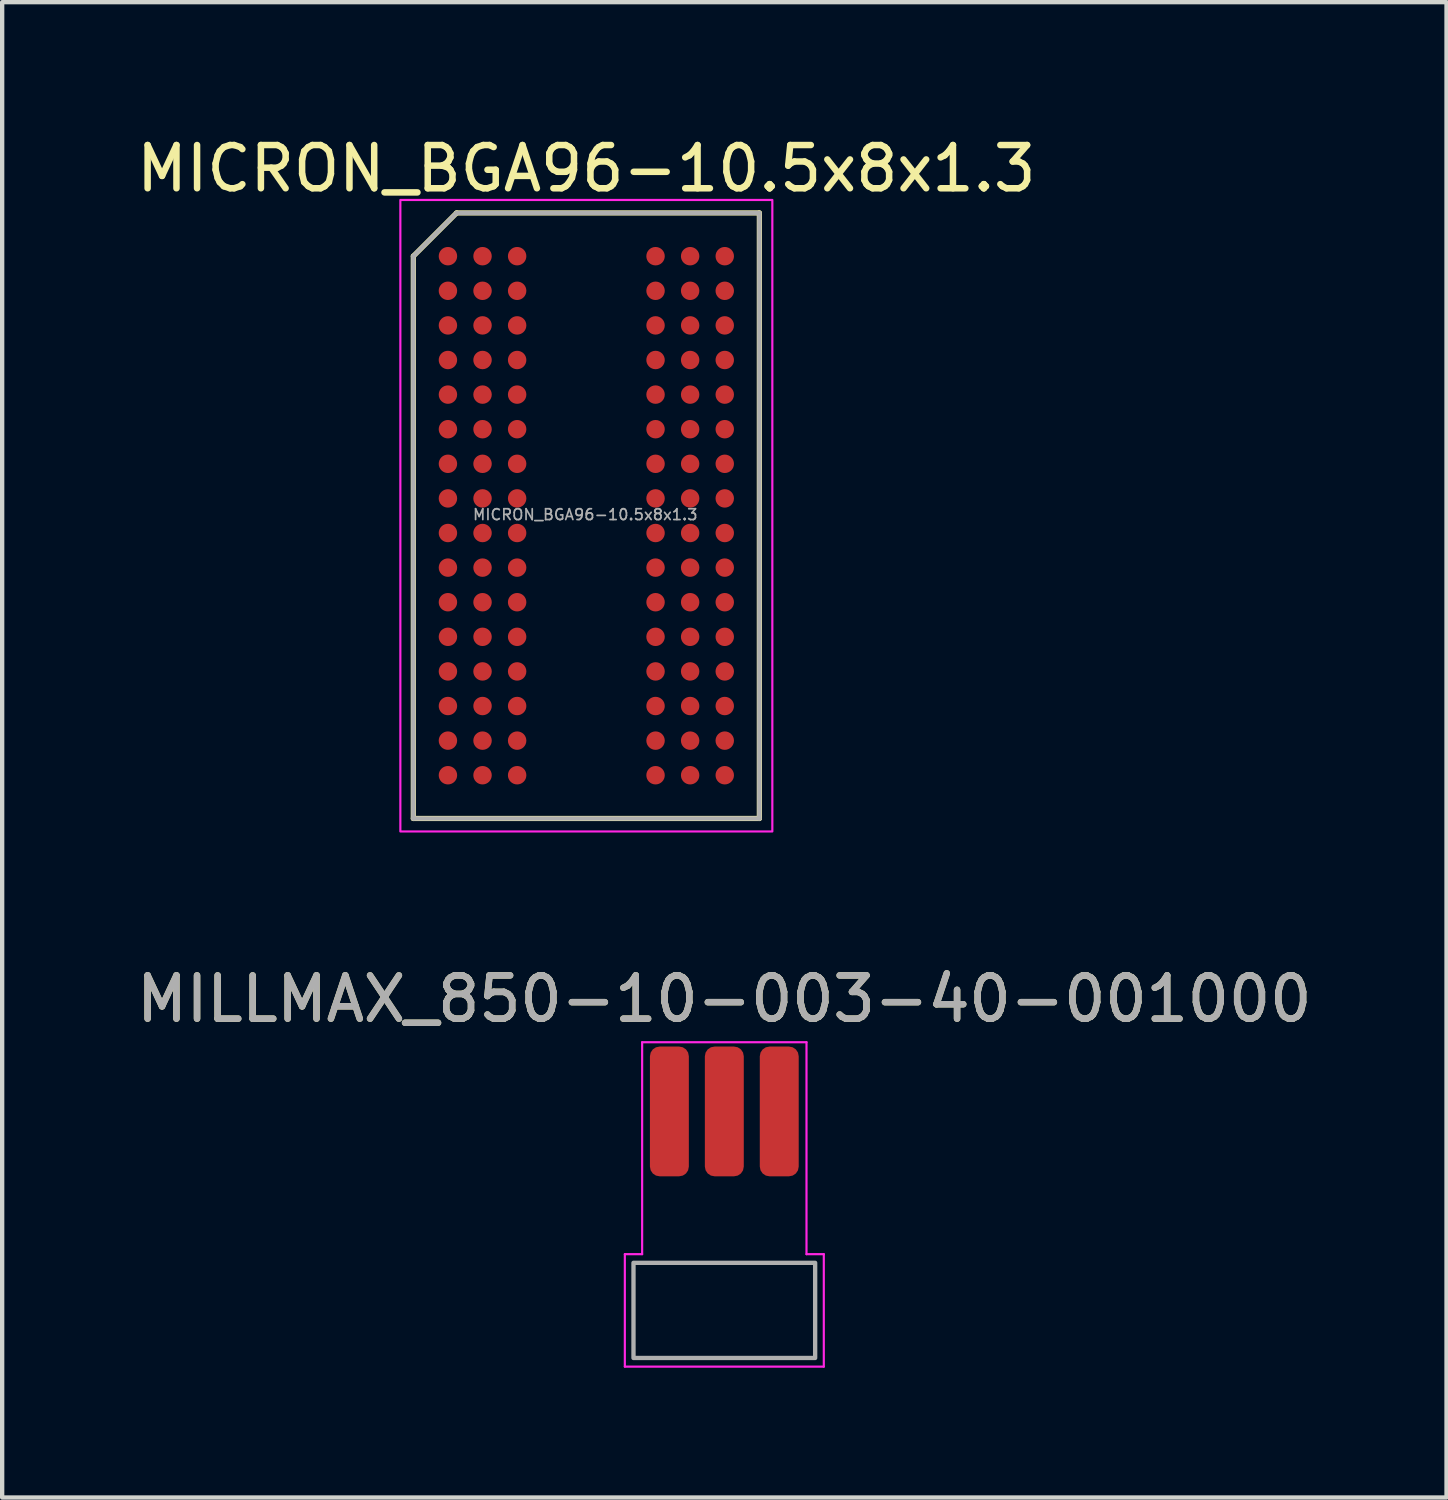
<source format=kicad_pcb>
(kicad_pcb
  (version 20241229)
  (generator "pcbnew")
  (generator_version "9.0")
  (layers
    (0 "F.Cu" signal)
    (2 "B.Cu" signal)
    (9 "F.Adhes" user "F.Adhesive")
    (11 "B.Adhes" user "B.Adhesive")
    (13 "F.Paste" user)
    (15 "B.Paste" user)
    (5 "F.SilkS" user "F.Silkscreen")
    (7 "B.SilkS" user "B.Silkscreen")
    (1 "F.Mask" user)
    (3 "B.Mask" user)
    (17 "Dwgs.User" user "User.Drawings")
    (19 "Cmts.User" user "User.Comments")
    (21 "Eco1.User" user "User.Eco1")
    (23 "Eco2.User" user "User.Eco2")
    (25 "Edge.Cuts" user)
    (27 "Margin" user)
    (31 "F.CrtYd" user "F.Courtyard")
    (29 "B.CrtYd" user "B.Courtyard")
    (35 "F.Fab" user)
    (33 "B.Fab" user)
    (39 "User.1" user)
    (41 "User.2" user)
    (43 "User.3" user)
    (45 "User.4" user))
  (footprint "MICRON_BGA96-10.5x8x1.3"
    (layer "F.Cu")
    (at 10.506 8.873)
    (property "Reference" "MICRON_BGA96-10.5x8x1.3" (at 0 -8.025 0) (layer "F.SilkS") (effects (font (size 1 1) (thickness 0.15))))
    (attr smd)
    (fp_line (start -4 -6) (end -3 -7) (stroke (width 0.12) (type solid)) (layer "F.SilkS"))
    (fp_line (start -4 7) (end -4 -6) (stroke (width 0.12) (type solid)) (layer "F.SilkS"))
    (fp_line (start -3 -7) (end 4 -7) (stroke (width 0.12) (type solid)) (layer "F.SilkS"))
    (fp_line (start 4 -7) (end 4 7) (stroke (width 0.12) (type solid)) (layer "F.SilkS"))
    (fp_line (start 4 7) (end -4 7) (stroke (width 0.12) (type solid)) (layer "F.SilkS"))
    (fp_rect (start -4.3 -7.3) (end 4.3 7.3) (stroke (width 0.05) (type solid)) (fill no) (layer "F.CrtYd"))
    (fp_line (start -4 -6) (end -3 -7) (stroke (width 0.1) (type solid)) (layer "F.Fab"))
    (fp_line (start -4 7) (end -4 -6) (stroke (width 0.1) (type solid)) (layer "F.Fab"))
    (fp_line (start -3 -7) (end 4 -7) (stroke (width 0.1) (type solid)) (layer "F.Fab"))
    (fp_line (start 4 -7) (end 4 7) (stroke (width 0.1) (type solid)) (layer "F.Fab"))
    (fp_line (start 4 7) (end -4 7) (stroke (width 0.1) (type solid)) (layer "F.Fab"))
    (fp_text user "${REFERENCE}" (at -0.025 -0.025 0) (layer "F.Fab") (effects (font (size 0.25 0.25) (thickness 0.04))))
    (pad "A1" smd circle (at -3.2 -6 90) (size 0.426 0.426) (layers "F.Cu" "F.Mask" "F.Paste"))
    (pad "A2" smd circle (at -2.4 -6 90) (size 0.426 0.426) (layers "F.Cu" "F.Mask" "F.Paste"))
    (pad "A3" smd circle (at -1.6 -6 90) (size 0.426 0.426) (layers "F.Cu" "F.Mask" "F.Paste"))
    (pad "A7" smd circle (at 1.6 -6 90) (size 0.426 0.426) (layers "F.Cu" "F.Mask" "F.Paste"))
    (pad "A8" smd circle (at 2.4 -6 90) (size 0.426 0.426) (layers "F.Cu" "F.Mask" "F.Paste"))
    (pad "A9" smd circle (at 3.2 -6 90) (size 0.426 0.426) (layers "F.Cu" "F.Mask" "F.Paste"))
    (pad "B1" smd circle (at -3.2 -5.2 90) (size 0.426 0.426) (layers "F.Cu" "F.Mask" "F.Paste"))
    (pad "B2" smd circle (at -2.4 -5.2 90) (size 0.426 0.426) (layers "F.Cu" "F.Mask" "F.Paste"))
    (pad "B3" smd circle (at -1.6 -5.2 90) (size 0.426 0.426) (layers "F.Cu" "F.Mask" "F.Paste"))
    (pad "B7" smd circle (at 1.6 -5.2 90) (size 0.426 0.426) (layers "F.Cu" "F.Mask" "F.Paste"))
    (pad "B8" smd circle (at 2.4 -5.2 90) (size 0.426 0.426) (layers "F.Cu" "F.Mask" "F.Paste"))
    (pad "B9" smd circle (at 3.2 -5.2 90) (size 0.426 0.426) (layers "F.Cu" "F.Mask" "F.Paste"))
    (pad "C1" smd circle (at -3.2 -4.4 90) (size 0.426 0.426) (layers "F.Cu" "F.Mask" "F.Paste"))
    (pad "C2" smd circle (at -2.4 -4.4 90) (size 0.426 0.426) (layers "F.Cu" "F.Mask" "F.Paste"))
    (pad "C3" smd circle (at -1.6 -4.4 90) (size 0.426 0.426) (layers "F.Cu" "F.Mask" "F.Paste"))
    (pad "C7" smd circle (at 1.6 -4.4 90) (size 0.426 0.426) (layers "F.Cu" "F.Mask" "F.Paste"))
    (pad "C8" smd circle (at 2.4 -4.4 90) (size 0.426 0.426) (layers "F.Cu" "F.Mask" "F.Paste"))
    (pad "C9" smd circle (at 3.2 -4.4 90) (size 0.426 0.426) (layers "F.Cu" "F.Mask" "F.Paste"))
    (pad "D1" smd circle (at -3.2 -3.6 90) (size 0.426 0.426) (layers "F.Cu" "F.Mask" "F.Paste"))
    (pad "D2" smd circle (at -2.4 -3.6 90) (size 0.426 0.426) (layers "F.Cu" "F.Mask" "F.Paste"))
    (pad "D3" smd circle (at -1.6 -3.6 90) (size 0.426 0.426) (layers "F.Cu" "F.Mask" "F.Paste"))
    (pad "D7" smd circle (at 1.6 -3.6 90) (size 0.426 0.426) (layers "F.Cu" "F.Mask" "F.Paste"))
    (pad "D8" smd circle (at 2.4 -3.6 90) (size 0.426 0.426) (layers "F.Cu" "F.Mask" "F.Paste"))
    (pad "D9" smd circle (at 3.2 -3.6 90) (size 0.426 0.426) (layers "F.Cu" "F.Mask" "F.Paste"))
    (pad "E1" smd circle (at -3.2 -2.8 90) (size 0.426 0.426) (layers "F.Cu" "F.Mask" "F.Paste"))
    (pad "E2" smd circle (at -2.4 -2.8 90) (size 0.426 0.426) (layers "F.Cu" "F.Mask" "F.Paste"))
    (pad "E3" smd circle (at -1.6 -2.8 90) (size 0.426 0.426) (layers "F.Cu" "F.Mask" "F.Paste"))
    (pad "E7" smd circle (at 1.6 -2.8 90) (size 0.426 0.426) (layers "F.Cu" "F.Mask" "F.Paste"))
    (pad "E8" smd circle (at 2.4 -2.8 90) (size 0.426 0.426) (layers "F.Cu" "F.Mask" "F.Paste"))
    (pad "E9" smd circle (at 3.2 -2.8 90) (size 0.426 0.426) (layers "F.Cu" "F.Mask" "F.Paste"))
    (pad "F1" smd circle (at -3.2 -2 90) (size 0.426 0.426) (layers "F.Cu" "F.Mask" "F.Paste"))
    (pad "F2" smd circle (at -2.4 -2 90) (size 0.426 0.426) (layers "F.Cu" "F.Mask" "F.Paste"))
    (pad "F3" smd circle (at -1.6 -2 90) (size 0.426 0.426) (layers "F.Cu" "F.Mask" "F.Paste"))
    (pad "F7" smd circle (at 1.6 -2 90) (size 0.426 0.426) (layers "F.Cu" "F.Mask" "F.Paste"))
    (pad "F8" smd circle (at 2.4 -2 90) (size 0.426 0.426) (layers "F.Cu" "F.Mask" "F.Paste"))
    (pad "F9" smd circle (at 3.2 -2 90) (size 0.426 0.426) (layers "F.Cu" "F.Mask" "F.Paste"))
    (pad "G1" smd circle (at -3.2 -1.2 90) (size 0.426 0.426) (layers "F.Cu" "F.Mask" "F.Paste"))
    (pad "G2" smd circle (at -2.4 -1.2 90) (size 0.426 0.426) (layers "F.Cu" "F.Mask" "F.Paste"))
    (pad "G3" smd circle (at -1.6 -1.2 90) (size 0.426 0.426) (layers "F.Cu" "F.Mask" "F.Paste"))
    (pad "G7" smd circle (at 1.6 -1.2 90) (size 0.426 0.426) (layers "F.Cu" "F.Mask" "F.Paste"))
    (pad "G8" smd circle (at 2.4 -1.2 90) (size 0.426 0.426) (layers "F.Cu" "F.Mask" "F.Paste"))
    (pad "G9" smd circle (at 3.2 -1.2 90) (size 0.426 0.426) (layers "F.Cu" "F.Mask" "F.Paste"))
    (pad "H1" smd circle (at -3.2 -0.4 90) (size 0.426 0.426) (layers "F.Cu" "F.Mask" "F.Paste"))
    (pad "H2" smd circle (at -2.4 -0.4 90) (size 0.426 0.426) (layers "F.Cu" "F.Mask" "F.Paste"))
    (pad "H3" smd circle (at -1.6 -0.4 90) (size 0.426 0.426) (layers "F.Cu" "F.Mask" "F.Paste"))
    (pad "H7" smd circle (at 1.6 -0.4 90) (size 0.426 0.426) (layers "F.Cu" "F.Mask" "F.Paste"))
    (pad "H8" smd circle (at 2.4 -0.4 90) (size 0.426 0.426) (layers "F.Cu" "F.Mask" "F.Paste"))
    (pad "H9" smd circle (at 3.2 -0.4 90) (size 0.426 0.426) (layers "F.Cu" "F.Mask" "F.Paste"))
    (pad "J1" smd circle (at -3.2 0.4 90) (size 0.426 0.426) (layers "F.Cu" "F.Mask" "F.Paste"))
    (pad "J2" smd circle (at -2.4 0.4 90) (size 0.426 0.426) (layers "F.Cu" "F.Mask" "F.Paste"))
    (pad "J3" smd circle (at -1.6 0.4 90) (size 0.426 0.426) (layers "F.Cu" "F.Mask" "F.Paste"))
    (pad "J7" smd circle (at 1.6 0.4 90) (size 0.426 0.426) (layers "F.Cu" "F.Mask" "F.Paste"))
    (pad "J8" smd circle (at 2.4 0.4 90) (size 0.426 0.426) (layers "F.Cu" "F.Mask" "F.Paste"))
    (pad "J9" smd circle (at 3.2 0.4 90) (size 0.426 0.426) (layers "F.Cu" "F.Mask" "F.Paste"))
    (pad "K1" smd circle (at -3.2 1.2 90) (size 0.426 0.426) (layers "F.Cu" "F.Mask" "F.Paste"))
    (pad "K2" smd circle (at -2.4 1.2 90) (size 0.426 0.426) (layers "F.Cu" "F.Mask" "F.Paste"))
    (pad "K3" smd circle (at -1.6 1.2 90) (size 0.426 0.426) (layers "F.Cu" "F.Mask" "F.Paste"))
    (pad "K7" smd circle (at 1.6 1.2 90) (size 0.426 0.426) (layers "F.Cu" "F.Mask" "F.Paste"))
    (pad "K8" smd circle (at 2.4 1.2 90) (size 0.426 0.426) (layers "F.Cu" "F.Mask" "F.Paste"))
    (pad "K9" smd circle (at 3.2 1.2 90) (size 0.426 0.426) (layers "F.Cu" "F.Mask" "F.Paste"))
    (pad "L1" smd circle (at -3.2 2 90) (size 0.426 0.426) (layers "F.Cu" "F.Mask" "F.Paste"))
    (pad "L2" smd circle (at -2.4 2 90) (size 0.426 0.426) (layers "F.Cu" "F.Mask" "F.Paste"))
    (pad "L3" smd circle (at -1.6 2 90) (size 0.426 0.426) (layers "F.Cu" "F.Mask" "F.Paste"))
    (pad "L7" smd circle (at 1.6 2 90) (size 0.426 0.426) (layers "F.Cu" "F.Mask" "F.Paste"))
    (pad "L8" smd circle (at 2.4 2 90) (size 0.426 0.426) (layers "F.Cu" "F.Mask" "F.Paste"))
    (pad "L9" smd circle (at 3.2 2 90) (size 0.426 0.426) (layers "F.Cu" "F.Mask" "F.Paste"))
    (pad "M1" smd circle (at -3.2 2.8 90) (size 0.426 0.426) (layers "F.Cu" "F.Mask" "F.Paste"))
    (pad "M2" smd circle (at -2.4 2.8 90) (size 0.426 0.426) (layers "F.Cu" "F.Mask" "F.Paste"))
    (pad "M3" smd circle (at -1.6 2.8 90) (size 0.426 0.426) (layers "F.Cu" "F.Mask" "F.Paste"))
    (pad "M7" smd circle (at 1.6 2.8 90) (size 0.426 0.426) (layers "F.Cu" "F.Mask" "F.Paste"))
    (pad "M8" smd circle (at 2.4 2.8 90) (size 0.426 0.426) (layers "F.Cu" "F.Mask" "F.Paste"))
    (pad "M9" smd circle (at 3.2 2.8 90) (size 0.426 0.426) (layers "F.Cu" "F.Mask" "F.Paste"))
    (pad "N1" smd circle (at -3.2 3.6 90) (size 0.426 0.426) (layers "F.Cu" "F.Mask" "F.Paste"))
    (pad "N2" smd circle (at -2.4 3.6 90) (size 0.426 0.426) (layers "F.Cu" "F.Mask" "F.Paste"))
    (pad "N3" smd circle (at -1.6 3.6 90) (size 0.426 0.426) (layers "F.Cu" "F.Mask" "F.Paste"))
    (pad "N7" smd circle (at 1.6 3.6 90) (size 0.426 0.426) (layers "F.Cu" "F.Mask" "F.Paste"))
    (pad "N8" smd circle (at 2.4 3.6 90) (size 0.426 0.426) (layers "F.Cu" "F.Mask" "F.Paste"))
    (pad "N9" smd circle (at 3.2 3.6 90) (size 0.426 0.426) (layers "F.Cu" "F.Mask" "F.Paste"))
    (pad "P1" smd circle (at -3.2 4.4 90) (size 0.426 0.426) (layers "F.Cu" "F.Mask" "F.Paste"))
    (pad "P2" smd circle (at -2.4 4.4 90) (size 0.426 0.426) (layers "F.Cu" "F.Mask" "F.Paste"))
    (pad "P3" smd circle (at -1.6 4.4 90) (size 0.426 0.426) (layers "F.Cu" "F.Mask" "F.Paste"))
    (pad "P7" smd circle (at 1.6 4.4 90) (size 0.426 0.426) (layers "F.Cu" "F.Mask" "F.Paste"))
    (pad "P8" smd circle (at 2.4 4.4 90) (size 0.426 0.426) (layers "F.Cu" "F.Mask" "F.Paste"))
    (pad "P9" smd circle (at 3.2 4.4 90) (size 0.426 0.426) (layers "F.Cu" "F.Mask" "F.Paste"))
    (pad "R1" smd circle (at -3.2 5.2 90) (size 0.426 0.426) (layers "F.Cu" "F.Mask" "F.Paste"))
    (pad "R2" smd circle (at -2.4 5.2 90) (size 0.426 0.426) (layers "F.Cu" "F.Mask" "F.Paste"))
    (pad "R3" smd circle (at -1.6 5.2 90) (size 0.426 0.426) (layers "F.Cu" "F.Mask" "F.Paste"))
    (pad "R7" smd circle (at 1.6 5.2 90) (size 0.426 0.426) (layers "F.Cu" "F.Mask" "F.Paste"))
    (pad "R8" smd circle (at 2.4 5.2 90) (size 0.426 0.426) (layers "F.Cu" "F.Mask" "F.Paste"))
    (pad "R9" smd circle (at 3.2 5.2 90) (size 0.426 0.426) (layers "F.Cu" "F.Mask" "F.Paste"))
    (pad "T1" smd circle (at -3.2 6 90) (size 0.426 0.426) (layers "F.Cu" "F.Mask" "F.Paste"))
    (pad "T2" smd circle (at -2.4 6 90) (size 0.426 0.426) (layers "F.Cu" "F.Mask" "F.Paste"))
    (pad "T3" smd circle (at -1.6 6 90) (size 0.426 0.426) (layers "F.Cu" "F.Mask" "F.Paste"))
    (pad "T7" smd circle (at 1.6 6 90) (size 0.426 0.426) (layers "F.Cu" "F.Mask" "F.Paste"))
    (pad "T8" smd circle (at 2.4 6 90) (size 0.426 0.426) (layers "F.Cu" "F.Mask" "F.Paste"))
    (pad "T9" smd circle (at 3.2 6 90) (size 0.426 0.426) (layers "F.Cu" "F.Mask" "F.Paste")))
  (footprint "MILLMAX_850-10-003-40-001000"
    (layer "F.Cu")
    (at 13.696 26.146)
    (property "Reference" "MILLMAX_850-10-003-40-001000" (at 0 -6.1 0) (unlocked yes) (layer "F.SilkS") (effects (font (size 1 1) (thickness 0.15))))
    (attr smd)
    (fp_line (start -2.3 -0.2) (end -1.9 -0.2) (stroke (width 0.05) (type solid)) (layer "F.CrtYd"))
    (fp_line (start -2.3 2.4) (end -2.3 -0.2) (stroke (width 0.05) (type solid)) (layer "F.CrtYd"))
    (fp_line (start -1.9 -5.1) (end 1.9 -5.1) (stroke (width 0.05) (type solid)) (layer "F.CrtYd"))
    (fp_line (start -1.9 -0.2) (end -1.9 -5.1) (stroke (width 0.05) (type solid)) (layer "F.CrtYd"))
    (fp_line (start 1.9 -5.1) (end 1.9 -0.2) (stroke (width 0.05) (type solid)) (layer "F.CrtYd"))
    (fp_line (start 1.9 -0.2) (end 2.3 -0.2) (stroke (width 0.05) (type solid)) (layer "F.CrtYd"))
    (fp_line (start 2.3 -0.2) (end 2.3 2.4) (stroke (width 0.05) (type solid)) (layer "F.CrtYd"))
    (fp_line (start 2.3 2.4) (end -2.3 2.4) (stroke (width 0.05) (type solid)) (layer "F.CrtYd"))
    (fp_rect (start -2.1 0) (end 2.1 2.2) (stroke (width 0.1) (type solid)) (fill no) (layer "F.Fab"))
    (fp_text user "${REFERENCE}" (at 0 -6.1 0) (unlocked yes) (layer "F.Fab") (effects (font (size 1 1) (thickness 0.15))))
    (pad "1" smd roundrect (at -1.27 -3.5 90) (size 3 0.9) (layers "F.Cu" "F.Mask" "F.Paste") (roundrect_rratio 0.25))
    (pad "2" smd roundrect (at 0 -3.5 90) (size 3 0.9) (layers "F.Cu" "F.Mask" "F.Paste") (roundrect_rratio 0.25))
    (pad "3" smd roundrect (at 1.27 -3.5 90) (size 3 0.9) (layers "F.Cu" "F.Mask" "F.Paste") (roundrect_rratio 0.25)))
  (gr_rect
    (start -3 -3)
    (end 30.393 31.572)
    (stroke (width 0.1) (type default))
    (fill no)
    (layer "Edge.Cuts")))
</source>
